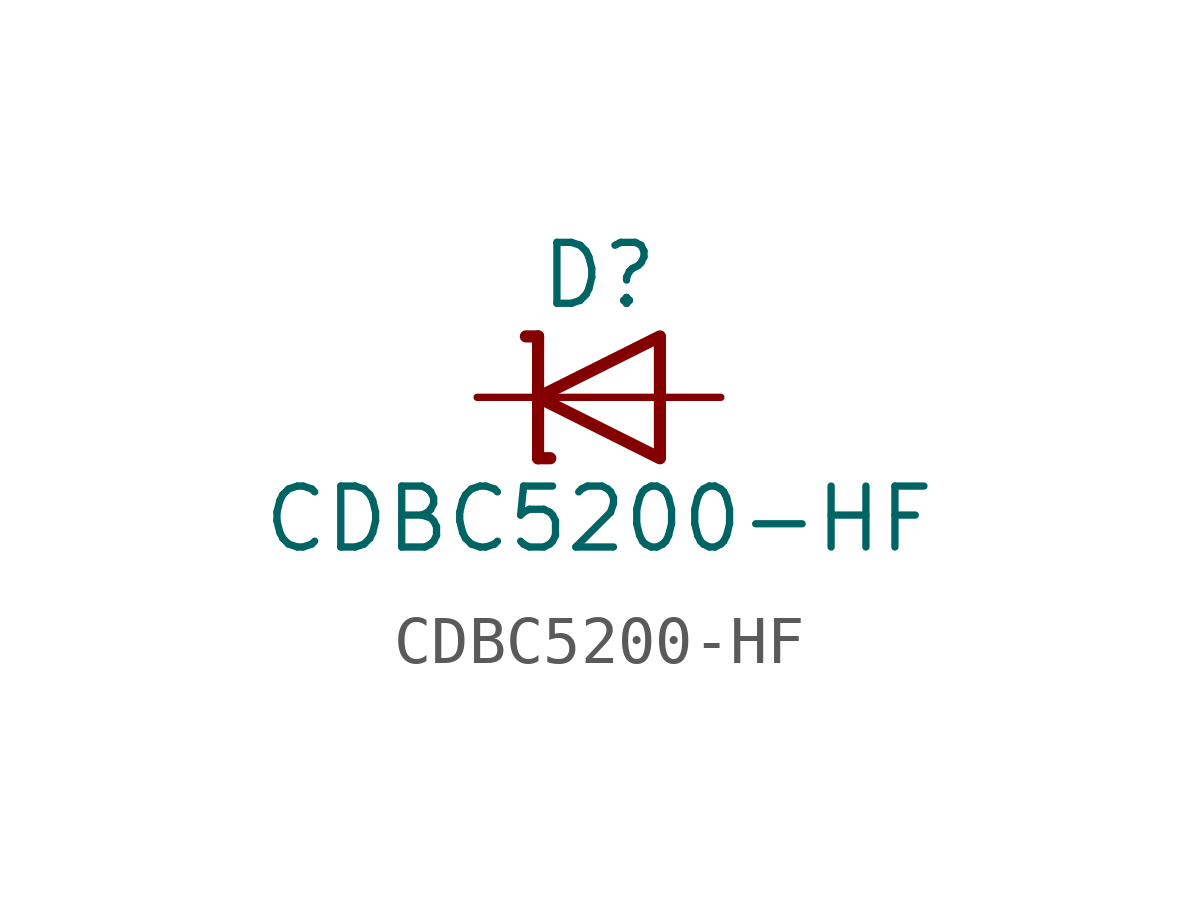
<source format=kicad_sym>
(kicad_symbol_lib
  (version 20241209)
  (generator "kicad_symbol_editor")
  (generator_version "9.0")
  (symbol "CDBC5200-HF"
    (pin_numbers
      (hide yes))
    (pin_names
      (offset 1.016)
      (hide yes))
    (property "Reference" "D"
      (at 0 2.54 0)
      (effects (font (size 1.27 1.27))))
    (property "Value" "CDBC5200-HF"
      (at 0 -2.54 0)
      (effects (font (size 1.27 1.27))))
    (symbol "CDBC5200-HF_0_0"
      (polyline (pts (xy -1.27 0) (xy 1.27 0)) (stroke (width 0.152) (type default)) (fill (type none))))
    (symbol "CDBC5200-HF_0_1"
      (polyline (pts (xy -1.524 1.27) (xy -1.27 1.27)) (stroke (width 0.254) (type default)) (fill (type none)))
      (polyline (pts (xy -1.27 1.27) (xy -1.27 -1.27)) (stroke (width 0.254) (type default)) (fill (type none)))
      (polyline (pts (xy -1.27 -1.27) (xy -1.016 -1.27)) (stroke (width 0.254) (type default)) (fill (type none)))
      (polyline (pts (xy 1.27 1.27) (xy 1.27 -1.27) (xy -1.27 0) (xy 1.27 1.27)) (stroke (width 0.254) (type default)) (fill (type none))))
    (symbol "CDBC5200-HF_1_1"
      (pin passive line (at -2.54 0 0) (length 1.27) (name "C" (effects (font (size 1.27 1.27)))) (number "1" (effects (font (size 1.27 1.27)))))
      (pin passive line (at 2.54 0 180) (length 1.27) (name "A" (effects (font (size 1.27 1.27)))) (number "2" (effects (font (size 1.27 1.27))))))))
</source>
